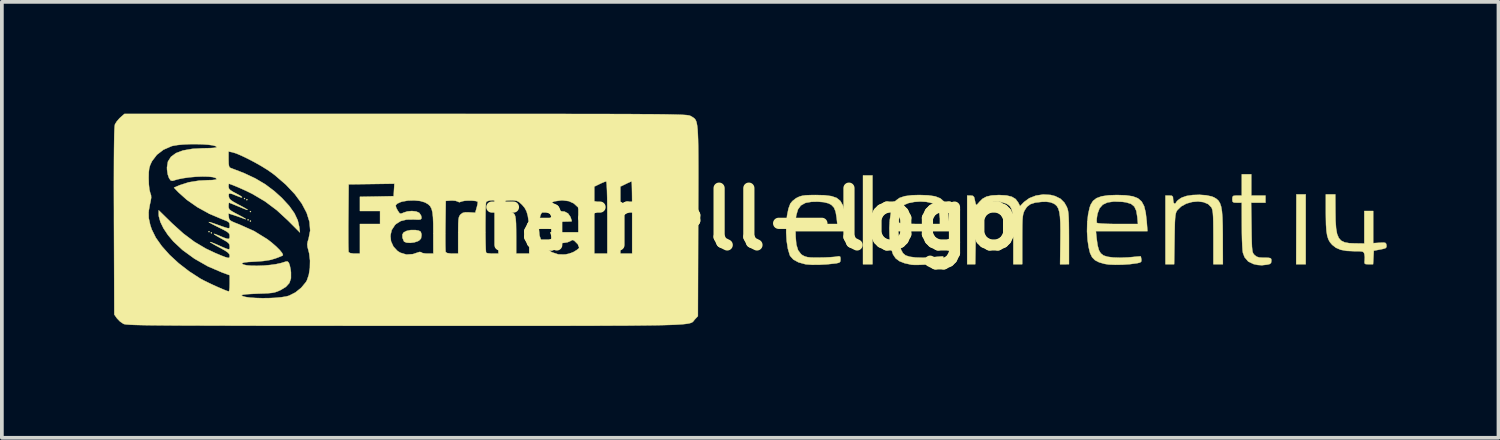
<source format=kicad_pcb>
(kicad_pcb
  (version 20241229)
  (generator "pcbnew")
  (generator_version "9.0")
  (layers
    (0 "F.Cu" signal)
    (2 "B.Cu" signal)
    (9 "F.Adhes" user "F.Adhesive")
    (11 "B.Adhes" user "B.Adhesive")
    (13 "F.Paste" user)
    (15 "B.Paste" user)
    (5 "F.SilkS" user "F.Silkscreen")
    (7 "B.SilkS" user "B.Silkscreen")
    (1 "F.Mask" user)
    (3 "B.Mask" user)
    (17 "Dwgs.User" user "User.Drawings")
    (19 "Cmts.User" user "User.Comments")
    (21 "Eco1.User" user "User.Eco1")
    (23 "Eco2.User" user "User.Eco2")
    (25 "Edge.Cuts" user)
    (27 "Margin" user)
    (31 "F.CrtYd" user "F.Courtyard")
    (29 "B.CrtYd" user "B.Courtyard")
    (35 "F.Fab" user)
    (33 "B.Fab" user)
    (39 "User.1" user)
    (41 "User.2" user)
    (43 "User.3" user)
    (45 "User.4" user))
  (footprint "farnell-logo"
    (layer "F.Cu")
    (at 17.145 2.831)
    (property "Reference" "farnell-logo" (at 0 0 0) (layer "F.SilkS") (effects (font (size 1.524 1.524) (thickness 0.3))))
    (attr through_hole)
    (fp_poly (pts (xy -14.573 0.333) (xy -14.589 0.349) (xy -14.605 0.333) (xy -14.589 0.318) (xy -14.573 0.333)) (stroke (width 0.01) (type solid)) (fill yes) (layer "F.SilkS"))
    (fp_poly (pts (xy -14.51 0.365) (xy -14.526 0.381) (xy -14.541 0.365) (xy -14.526 0.349) (xy -14.51 0.365)) (stroke (width 0.01) (type solid)) (fill yes) (layer "F.SilkS"))
    (fp_poly (pts (xy -13.621 -0.556) (xy -13.637 -0.54) (xy -13.652 -0.556) (xy -13.637 -0.572) (xy -13.621 -0.556)) (stroke (width 0.01) (type solid)) (fill yes) (layer "F.SilkS"))
    (fp_poly (pts (xy -13.557 -0.524) (xy -13.573 -0.508) (xy -13.589 -0.524) (xy -13.573 -0.54) (xy -13.557 -0.524)) (stroke (width 0.01) (type solid)) (fill yes) (layer "F.SilkS"))
    (fp_poly (pts (xy -13.525 0.016) (xy -13.541 0.032) (xy -13.557 0.016) (xy -13.541 0) (xy -13.525 0.016)) (stroke (width 0.01) (type solid)) (fill yes) (layer "F.SilkS"))
    (fp_poly (pts (xy -13.462 -0.206) (xy -13.478 -0.191) (xy -13.494 -0.206) (xy -13.478 -0.222) (xy -13.462 -0.206)) (stroke (width 0.01) (type solid)) (fill yes) (layer "F.SilkS"))
    (fp_poly (pts (xy -13.462 0.048) (xy -13.478 0.064) (xy -13.494 0.048) (xy -13.478 0.032) (xy -13.462 0.048)) (stroke (width 0.01) (type solid)) (fill yes) (layer "F.SilkS"))
    (fp_poly (pts (xy 3.207 1.206) (xy 2.953 1.206) (xy 2.953 -1.175) (xy 3.207 -1.175) (xy 3.207 1.206)) (stroke (width 0.01) (type solid)) (fill yes) (layer "F.SilkS"))
    (fp_poly (pts (xy 14.827 1.206) (xy 14.572 1.206) (xy 14.577 -0.667) (xy 14.827 -0.667) (xy 14.827 1.206)) (stroke (width 0.01) (type solid)) (fill yes) (layer "F.SilkS"))
    (fp_poly (pts (xy -8.961 0.306) (xy -8.91 0.335) (xy -8.891 0.397) (xy -8.89 0.432) (xy -8.903 0.516) (xy -8.953 0.569) (xy -8.984 0.587) (xy -9.08 0.619) (xy -9.189 0.633) (xy -9.288 0.627) (xy -9.354 0.601) (xy -9.359 0.595) (xy -9.399 0.499) (xy -9.402 0.41) (xy -9.369 0.354) (xy -9.289 0.313) (xy -9.179 0.29) (xy -9.055 0.289) (xy -8.961 0.306)) (stroke (width 0.01) (type solid)) (fill yes) (layer "F.SilkS"))
    (fp_poly (pts (xy -5.053 -0.206) (xy -4.959 -0.156) (xy -4.895 -0.064) (xy -4.891 -0.054) (xy -4.868 0.015) (xy -4.858 0.052) (xy -4.858 0.052) (xy -4.887 0.057) (xy -4.966 0.061) (xy -5.08 0.063) (xy -5.146 0.064) (xy -5.281 0.063) (xy -5.365 0.059) (xy -5.407 0.049) (xy -5.42 0.029) (xy -5.415 -0.002) (xy -5.413 -0.008) (xy -5.356 -0.114) (xy -5.267 -0.183) (xy -5.161 -0.214) (xy -5.053 -0.206)) (stroke (width 0.01) (type solid)) (fill yes) (layer "F.SilkS"))
    (fp_poly (pts (xy 13.367 -0.635) (xy 13.748 -0.635) (xy 13.748 -0.445) (xy 13.363 -0.445) (xy 13.373 0.221) (xy 13.376 0.444) (xy 13.38 0.611) (xy 13.385 0.733) (xy 13.393 0.818) (xy 13.403 0.876) (xy 13.418 0.914) (xy 13.438 0.942) (xy 13.455 0.96) (xy 13.511 1.003) (xy 13.582 1.025) (xy 13.69 1.032) (xy 13.717 1.032) (xy 13.822 1.033) (xy 13.879 1.043) (xy 13.902 1.066) (xy 13.906 1.11) (xy 13.906 1.115) (xy 13.897 1.172) (xy 13.858 1.202) (xy 13.787 1.218) (xy 13.654 1.233) (xy 13.541 1.226) (xy 13.426 1.201) (xy 13.286 1.133) (xy 13.188 1.019) (xy 13.143 0.9) (xy 13.134 0.83) (xy 13.126 0.709) (xy 13.119 0.549) (xy 13.115 0.363) (xy 13.114 0.167) (xy 13.113 -0.445) (xy 12.986 -0.445) (xy 12.904 -0.448) (xy 12.868 -0.469) (xy 12.859 -0.519) (xy 12.859 -0.54) (xy 12.864 -0.601) (xy 12.891 -0.628) (xy 12.958 -0.635) (xy 12.986 -0.635) (xy 13.113 -0.635) (xy 13.113 -1.206) (xy 13.367 -1.206) (xy 13.367 -0.635)) (stroke (width 0.01) (type solid)) (fill yes) (layer "F.SilkS"))
    (fp_poly (pts (xy 15.624 -0.214) (xy 15.628 0.043) (xy 15.642 0.243) (xy 15.669 0.394) (xy 15.714 0.502) (xy 15.779 0.575) (xy 15.871 0.619) (xy 15.991 0.641) (xy 16.135 0.647) (xy 16.399 0.651) (xy 16.399 -0.222) (xy 16.518 -0.222) (xy 16.637 -0.222) (xy 16.637 0.641) (xy 16.81 0.63) (xy 16.91 0.626) (xy 16.963 0.633) (xy 16.985 0.659) (xy 16.993 0.699) (xy 16.993 0.745) (xy 16.969 0.774) (xy 16.907 0.794) (xy 16.828 0.81) (xy 16.653 0.843) (xy 16.634 1.206) (xy 16.514 1.206) (xy 16.436 1.203) (xy 16.406 1.182) (xy 16.405 1.13) (xy 16.408 1.112) (xy 16.412 1.013) (xy 16.402 0.937) (xy 16.388 0.897) (xy 16.363 0.873) (xy 16.311 0.861) (xy 16.219 0.857) (xy 16.136 0.857) (xy 15.925 0.848) (xy 15.763 0.818) (xy 15.636 0.763) (xy 15.538 0.686) (xy 15.479 0.617) (xy 15.435 0.539) (xy 15.404 0.441) (xy 15.384 0.313) (xy 15.372 0.146) (xy 15.368 -0.07) (xy 15.367 -0.167) (xy 15.367 -0.667) (xy 15.621 -0.667) (xy 15.624 -0.214)) (stroke (width 0.01) (type solid)) (fill yes) (layer "F.SilkS"))
    (fp_poly (pts (xy 12.157 -0.643) (xy 12.308 -0.611) (xy 12.367 -0.587) (xy 12.434 -0.547) (xy 12.487 -0.498) (xy 12.528 -0.43) (xy 12.559 -0.339) (xy 12.58 -0.215) (xy 12.593 -0.052) (xy 12.6 0.158) (xy 12.603 0.422) (xy 12.603 0.5) (xy 12.605 1.206) (xy 12.351 1.206) (xy 12.351 0.489) (xy 12.35 0.251) (xy 12.348 0.068) (xy 12.344 -0.068) (xy 12.337 -0.167) (xy 12.327 -0.237) (xy 12.313 -0.286) (xy 12.297 -0.32) (xy 12.211 -0.407) (xy 12.087 -0.459) (xy 11.939 -0.478) (xy 11.78 -0.464) (xy 11.625 -0.42) (xy 11.488 -0.345) (xy 11.384 -0.244) (xy 11.362 -0.21) (xy 11.346 -0.169) (xy 11.334 -0.113) (xy 11.325 -0.033) (xy 11.318 0.081) (xy 11.314 0.238) (xy 11.31 0.446) (xy 11.309 0.526) (xy 11.298 1.206) (xy 11.065 1.206) (xy 11.065 -0.635) (xy 11.168 -0.635) (xy 11.237 -0.63) (xy 11.266 -0.6) (xy 11.271 -0.527) (xy 11.271 -0.524) (xy 11.282 -0.446) (xy 11.309 -0.413) (xy 11.341 -0.433) (xy 11.356 -0.462) (xy 11.393 -0.505) (xy 11.467 -0.559) (xy 11.505 -0.581) (xy 11.632 -0.625) (xy 11.797 -0.65) (xy 11.979 -0.656) (xy 12.157 -0.643)) (stroke (width 0.01) (type solid)) (fill yes) (layer "F.SilkS"))
    (fp_poly (pts (xy 1.922 -0.644) (xy 2.107 -0.62) (xy 2.246 -0.572) (xy 2.345 -0.492) (xy 2.413 -0.373) (xy 2.458 -0.208) (xy 2.488 0.009) (xy 2.494 0.071) (xy 2.516 0.318) (xy 1.143 0.318) (xy 1.146 0.468) (xy 1.164 0.676) (xy 1.211 0.83) (xy 1.29 0.935) (xy 1.333 0.967) (xy 1.395 0.997) (xy 1.464 1.016) (xy 1.556 1.026) (xy 1.688 1.029) (xy 1.78 1.028) (xy 1.934 1.025) (xy 2.076 1.018) (xy 2.188 1.009) (xy 2.233 1.003) (xy 2.309 0.992) (xy 2.342 1.006) (xy 2.349 1.055) (xy 2.349 1.074) (xy 2.344 1.132) (xy 2.315 1.163) (xy 2.246 1.18) (xy 2.209 1.185) (xy 1.995 1.208) (xy 1.781 1.22) (xy 1.586 1.221) (xy 1.429 1.209) (xy 1.4 1.204) (xy 1.222 1.155) (xy 1.085 1.08) (xy 0.999 0.984) (xy 0.988 0.96) (xy 0.938 0.791) (xy 0.906 0.585) (xy 0.892 0.357) (xy 0.895 0.127) (xy 1.134 0.127) (xy 2.263 0.127) (xy 2.246 -0.04) (xy 2.219 -0.201) (xy 2.175 -0.312) (xy 2.105 -0.386) (xy 2.027 -0.427) (xy 1.899 -0.459) (xy 1.738 -0.472) (xy 1.572 -0.468) (xy 1.429 -0.444) (xy 1.4 -0.435) (xy 1.285 -0.37) (xy 1.208 -0.264) (xy 1.163 -0.11) (xy 1.155 -0.056) (xy 1.134 0.127) (xy 0.895 0.127) (xy 0.895 0.126) (xy 0.915 -0.093) (xy 0.953 -0.283) (xy 1.004 -0.42) (xy 1.06 -0.488) (xy 1.147 -0.557) (xy 1.183 -0.578) (xy 1.252 -0.61) (xy 1.324 -0.63) (xy 1.416 -0.643) (xy 1.542 -0.648) (xy 1.683 -0.65) (xy 1.922 -0.644)) (stroke (width 0.01) (type solid)) (fill yes) (layer "F.SilkS"))
    (fp_poly (pts (xy 10.003 -0.642) (xy 10.189 -0.615) (xy 10.327 -0.562) (xy 10.426 -0.476) (xy 10.493 -0.351) (xy 10.535 -0.18) (xy 10.561 0.044) (xy 10.562 0.053) (xy 10.582 0.318) (xy 9.199 0.318) (xy 9.22 0.521) (xy 9.245 0.7) (xy 9.28 0.828) (xy 9.33 0.913) (xy 9.399 0.969) (xy 9.405 0.972) (xy 9.512 1.006) (xy 9.668 1.026) (xy 9.859 1.032) (xy 10.074 1.023) (xy 10.16 1.015) (xy 10.274 1.004) (xy 10.36 0.997) (xy 10.401 0.995) (xy 10.403 0.996) (xy 10.41 1.026) (xy 10.419 1.079) (xy 10.418 1.13) (xy 10.387 1.159) (xy 10.31 1.178) (xy 10.303 1.179) (xy 10.118 1.204) (xy 9.917 1.218) (xy 9.721 1.221) (xy 9.548 1.214) (xy 9.43 1.196) (xy 9.284 1.154) (xy 9.176 1.098) (xy 9.098 1.019) (xy 9.043 0.906) (xy 9.005 0.748) (xy 8.977 0.557) (xy 8.962 0.327) (xy 8.967 0.093) (xy 8.97 0.065) (xy 9.218 0.065) (xy 9.224 0.096) (xy 9.262 0.107) (xy 9.356 0.116) (xy 9.498 0.123) (xy 9.68 0.127) (xy 9.785 0.127) (xy 10.328 0.127) (xy 10.311 -0.058) (xy 10.284 -0.225) (xy 10.231 -0.34) (xy 10.143 -0.413) (xy 10.009 -0.454) (xy 9.904 -0.468) (xy 9.682 -0.476) (xy 9.51 -0.451) (xy 9.384 -0.392) (xy 9.297 -0.294) (xy 9.245 -0.156) (xy 9.237 -0.119) (xy 9.222 -0.015) (xy 9.218 0.065) (xy 8.97 0.065) (xy 8.991 -0.127) (xy 9.032 -0.313) (xy 9.059 -0.39) (xy 9.122 -0.492) (xy 9.217 -0.566) (xy 9.352 -0.615) (xy 9.533 -0.642) (xy 9.763 -0.65) (xy 10.003 -0.642)) (stroke (width 0.01) (type solid)) (fill yes) (layer "F.SilkS"))
    (fp_poly (pts (xy 4.701 -0.642) (xy 4.887 -0.615) (xy 5.026 -0.561) (xy 5.125 -0.474) (xy 5.192 -0.348) (xy 5.234 -0.175) (xy 5.259 0.05) (xy 5.26 0.054) (xy 5.279 0.318) (xy 3.898 0.318) (xy 3.919 0.516) (xy 3.943 0.695) (xy 3.976 0.822) (xy 4.023 0.908) (xy 4.088 0.964) (xy 4.102 0.972) (xy 4.209 1.006) (xy 4.366 1.026) (xy 4.559 1.032) (xy 4.775 1.023) (xy 4.858 1.015) (xy 4.972 1.004) (xy 5.058 0.997) (xy 5.099 0.995) (xy 5.101 0.996) (xy 5.108 1.026) (xy 5.117 1.079) (xy 5.116 1.13) (xy 5.085 1.159) (xy 5.007 1.178) (xy 5.001 1.179) (xy 4.889 1.194) (xy 4.747 1.207) (xy 4.594 1.217) (xy 4.448 1.223) (xy 4.329 1.224) (xy 4.255 1.219) (xy 4.071 1.179) (xy 3.932 1.125) (xy 3.83 1.049) (xy 3.758 0.942) (xy 3.71 0.795) (xy 3.678 0.6) (xy 3.664 0.444) (xy 3.659 0.233) (xy 3.672 0.018) (xy 3.673 0.011) (xy 3.916 0.011) (xy 3.916 0.082) (xy 3.921 0.096) (xy 3.959 0.107) (xy 4.053 0.116) (xy 4.195 0.123) (xy 4.377 0.127) (xy 4.479 0.127) (xy 5.016 0.127) (xy 5.016 -0.024) (xy 4.995 -0.194) (xy 4.934 -0.327) (xy 4.838 -0.415) (xy 4.794 -0.435) (xy 4.651 -0.467) (xy 4.489 -0.476) (xy 4.325 -0.465) (xy 4.178 -0.436) (xy 4.065 -0.389) (xy 4.021 -0.354) (xy 3.988 -0.294) (xy 3.956 -0.199) (xy 3.931 -0.09) (xy 3.916 0.011) (xy 3.673 0.011) (xy 3.702 -0.182) (xy 3.745 -0.347) (xy 3.769 -0.407) (xy 3.835 -0.503) (xy 3.934 -0.573) (xy 4.072 -0.619) (xy 4.258 -0.644) (xy 4.461 -0.65) (xy 4.701 -0.642)) (stroke (width 0.01) (type solid)) (fill yes) (layer "F.SilkS"))
    (fp_poly (pts (xy 7.986 -0.652) (xy 8.106 -0.621) (xy 8.251 -0.549) (xy 8.354 -0.446) (xy 8.418 -0.333) (xy 8.437 -0.284) (xy 8.452 -0.227) (xy 8.462 -0.152) (xy 8.469 -0.049) (xy 8.474 0.089) (xy 8.476 0.273) (xy 8.477 0.5) (xy 8.477 1.206) (xy 8.358 1.207) (xy 8.239 1.207) (xy 8.247 0.579) (xy 8.249 0.309) (xy 8.246 0.094) (xy 8.236 -0.072) (xy 8.218 -0.197) (xy 8.19 -0.289) (xy 8.152 -0.354) (xy 8.102 -0.4) (xy 8.065 -0.423) (xy 7.974 -0.457) (xy 7.865 -0.47) (xy 7.745 -0.467) (xy 7.569 -0.446) (xy 7.441 -0.404) (xy 7.35 -0.334) (xy 7.287 -0.238) (xy 7.265 -0.19) (xy 7.249 -0.136) (xy 7.238 -0.068) (xy 7.23 0.026) (xy 7.226 0.153) (xy 7.224 0.325) (xy 7.223 0.548) (xy 7.223 1.206) (xy 7.104 1.206) (xy 6.985 1.206) (xy 6.985 0.523) (xy 6.984 0.266) (xy 6.98 0.064) (xy 6.97 -0.09) (xy 6.955 -0.204) (xy 6.93 -0.286) (xy 6.897 -0.345) (xy 6.851 -0.386) (xy 6.792 -0.42) (xy 6.786 -0.423) (xy 6.621 -0.471) (xy 6.448 -0.468) (xy 6.283 -0.42) (xy 6.143 -0.331) (xy 6.061 -0.234) (xy 6.036 -0.19) (xy 6.016 -0.145) (xy 6.002 -0.09) (xy 5.992 -0.015) (xy 5.985 0.089) (xy 5.98 0.233) (xy 5.976 0.425) (xy 5.974 0.548) (xy 5.963 1.206) (xy 5.747 1.206) (xy 5.747 -0.635) (xy 5.839 -0.635) (xy 5.9 -0.628) (xy 5.932 -0.595) (xy 5.951 -0.519) (xy 5.953 -0.508) (xy 5.97 -0.429) (xy 5.987 -0.384) (xy 5.991 -0.381) (xy 6.02 -0.403) (xy 6.068 -0.457) (xy 6.07 -0.461) (xy 6.159 -0.55) (xy 6.267 -0.608) (xy 6.407 -0.639) (xy 6.595 -0.649) (xy 6.604 -0.649) (xy 6.799 -0.639) (xy 6.944 -0.604) (xy 7.047 -0.542) (xy 7.117 -0.447) (xy 7.121 -0.439) (xy 7.164 -0.35) (xy 7.272 -0.462) (xy 7.413 -0.565) (xy 7.59 -0.634) (xy 7.787 -0.664) (xy 7.986 -0.652)) (stroke (width 0.01) (type solid)) (fill yes) (layer "F.SilkS"))
    (fp_poly (pts (xy -9.31 -2.826) (xy -8.493 -2.826) (xy -7.737 -2.826) (xy -7.04 -2.825) (xy -6.4 -2.825) (xy -5.813 -2.825) (xy -5.277 -2.825) (xy -4.791 -2.824) (xy -4.351 -2.824) (xy -3.956 -2.823) (xy -3.602 -2.822) (xy -3.288 -2.821) (xy -3.011 -2.819) (xy -2.768 -2.818) (xy -2.557 -2.816) (xy -2.377 -2.814) (xy -2.223 -2.811) (xy -2.095 -2.808) (xy -1.989 -2.805) (xy -1.903 -2.802) (xy -1.835 -2.798) (xy -1.782 -2.794) (xy -1.742 -2.789) (xy -1.713 -2.784) (xy -1.692 -2.778) (xy -1.676 -2.772) (xy -1.664 -2.765) (xy -1.66 -2.764) (xy -1.625 -2.743) (xy -1.594 -2.723) (xy -1.567 -2.702) (xy -1.544 -2.674) (xy -1.524 -2.635) (xy -1.508 -2.581) (xy -1.495 -2.508) (xy -1.484 -2.412) (xy -1.477 -2.289) (xy -1.471 -2.135) (xy -1.467 -1.944) (xy -1.465 -1.715) (xy -1.464 -1.441) (xy -1.464 -1.119) (xy -1.465 -0.745) (xy -1.467 -0.315) (xy -1.468 0.045) (xy -1.476 2.598) (xy -1.556 2.684) (xy -1.572 2.703) (xy -1.585 2.72) (xy -1.597 2.736) (xy -1.612 2.751) (xy -1.631 2.765) (xy -1.658 2.777) (xy -1.693 2.788) (xy -1.74 2.798) (xy -1.802 2.807) (xy -1.879 2.815) (xy -1.976 2.822) (xy -2.094 2.829) (xy -2.236 2.834) (xy -2.404 2.839) (xy -2.6 2.843) (xy -2.827 2.846) (xy -3.088 2.849) (xy -3.384 2.852) (xy -3.719 2.853) (xy -4.094 2.855) (xy -4.512 2.856) (xy -4.975 2.857) (xy -5.486 2.857) (xy -6.047 2.857) (xy -6.661 2.857) (xy -7.329 2.857) (xy -8.055 2.857) (xy -8.841 2.857) (xy -9.31 2.857) (xy -10.126 2.857) (xy -10.882 2.857) (xy -11.579 2.856) (xy -12.219 2.856) (xy -12.806 2.856) (xy -13.341 2.855) (xy -13.827 2.854) (xy -14.266 2.853) (xy -14.661 2.852) (xy -15.014 2.851) (xy -15.327 2.85) (xy -15.603 2.848) (xy -15.844 2.846) (xy -16.053 2.844) (xy -16.231 2.842) (xy -16.383 2.839) (xy -16.508 2.836) (xy -16.611 2.833) (xy -16.694 2.829) (xy -16.758 2.825) (xy -16.807 2.821) (xy -16.842 2.816) (xy -16.867 2.811) (xy -16.883 2.805) (xy -16.884 2.805) (xy -16.976 2.742) (xy -17.056 2.659) (xy -17.059 2.655) (xy -17.129 2.556) (xy -17.138 0.048) (xy -17.138 -0.206) (xy -16.209 -0.206) (xy -16.206 -0.031) (xy -16.165 0.155) (xy -16.124 0.276) (xy -16.016 0.494) (xy -15.855 0.722) (xy -15.648 0.954) (xy -15.402 1.181) (xy -15.124 1.396) (xy -14.827 1.589) (xy -14.741 1.636) (xy -14.623 1.694) (xy -14.489 1.758) (xy -14.352 1.82) (xy -14.226 1.874) (xy -14.126 1.915) (xy -14.065 1.935) (xy -14.057 1.936) (xy -14.045 1.907) (xy -14.037 1.831) (xy -14.034 1.724) (xy -14.034 1.719) (xy -14.034 1.501) (xy -14.232 1.429) (xy -14.617 1.264) (xy -14.977 1.059) (xy -15.301 0.823) (xy -15.545 0.595) (xy -15.691 0.421) (xy -15.81 0.242) (xy -15.893 0.071) (xy -15.935 -0.08) (xy -15.938 -0.128) (xy -15.938 -0.241) (xy -15.579 0.11) (xy -15.277 0.383) (xy -14.979 0.606) (xy -14.672 0.788) (xy -14.424 0.905) (xy -14.267 0.971) (xy -14.158 1.013) (xy -14.09 1.033) (xy -14.053 1.033) (xy -14.037 1.014) (xy -14.034 0.978) (xy -14.034 0.978) (xy -14.043 0.937) (xy -14.08 0.895) (xy -14.152 0.844) (xy -14.271 0.777) (xy -14.301 0.761) (xy -14.415 0.7) (xy -14.502 0.65) (xy -14.553 0.618) (xy -14.56 0.611) (xy -14.529 0.618) (xy -14.456 0.646) (xy -14.364 0.686) (xy -14.221 0.749) (xy -14.127 0.788) (xy -14.071 0.805) (xy -14.044 0.8) (xy -14.034 0.776) (xy -14.034 0.733) (xy -14.034 0.732) (xy -14.04 0.681) (xy -14.066 0.639) (xy -14.124 0.595) (xy -14.226 0.536) (xy -14.255 0.52) (xy -14.374 0.453) (xy -14.442 0.41) (xy -14.459 0.391) (xy -14.423 0.398) (xy -14.333 0.434) (xy -14.316 0.441) (xy -14.187 0.495) (xy -14.104 0.523) (xy -14.058 0.526) (xy -14.038 0.503) (xy -14.034 0.455) (xy -14.034 0.453) (xy -14.038 0.409) (xy -14.06 0.372) (xy -14.108 0.333) (xy -14.194 0.285) (xy -14.318 0.223) (xy -14.437 0.163) (xy -14.53 0.115) (xy -14.585 0.083) (xy -14.595 0.075) (xy -14.563 0.08) (xy -14.488 0.103) (xy -14.386 0.139) (xy -14.382 0.14) (xy -14.233 0.194) (xy -14.134 0.227) (xy -14.074 0.241) (xy -14.045 0.236) (xy -14.034 0.214) (xy -14.033 0.174) (xy -14.034 0.165) (xy -14.039 0.113) (xy -14.063 0.076) (xy -14.121 0.043) (xy -14.225 0.003) (xy -14.232 0.000111) (xy -14.577 -0.146) (xy -14.597 -0.157) (xy -14.069 -0.157) (xy -14.059 -0.06) (xy -14.05 -0.012) (xy -14.027 0.024) (xy -13.977 0.057) (xy -13.888 0.096) (xy -13.78 0.138) (xy -13.378 0.318) (xy -13.026 0.535) (xy -12.909 0.625) (xy -12.788 0.73) (xy -12.692 0.826) (xy -12.629 0.904) (xy -12.606 0.956) (xy -12.61 0.969) (xy -12.647 0.988) (xy -12.726 1.02) (xy -12.815 1.053) (xy -12.957 1.093) (xy -13.132 1.12) (xy -13.354 1.136) (xy -13.36 1.136) (xy -13.534 1.146) (xy -13.647 1.159) (xy -13.701 1.176) (xy -13.707 1.187) (xy -13.666 1.216) (xy -13.575 1.236) (xy -13.446 1.246) (xy -13.291 1.248) (xy -13.122 1.242) (xy -12.952 1.227) (xy -12.792 1.205) (xy -12.656 1.175) (xy -12.607 1.16) (xy -12.525 1.134) (xy -12.481 1.133) (xy -12.454 1.161) (xy -12.444 1.179) (xy -12.421 1.247) (xy -12.4 1.35) (xy -12.391 1.42) (xy -12.391 1.584) (xy -12.434 1.711) (xy -12.527 1.813) (xy -12.665 1.897) (xy -12.743 1.932) (xy -12.815 1.957) (xy -12.897 1.974) (xy -13.003 1.984) (xy -13.147 1.991) (xy -13.279 1.995) (xy -13.437 2.002) (xy -13.57 2.01) (xy -13.666 2.021) (xy -13.713 2.032) (xy -13.716 2.035) (xy -13.686 2.063) (xy -13.604 2.085) (xy -13.482 2.102) (xy -13.33 2.112) (xy -13.159 2.117) (xy -12.982 2.115) (xy -12.808 2.107) (xy -12.65 2.092) (xy -12.518 2.071) (xy -12.442 2.05) (xy -12.271 1.963) (xy -12.115 1.837) (xy -11.993 1.69) (xy -11.963 1.64) (xy -11.912 1.491) (xy -11.883 1.307) (xy -11.879 1.109) (xy -11.901 0.92) (xy -11.918 0.851) (xy -11.946 0.744) (xy -11.953 0.668) (xy -11.939 0.591) (xy -11.918 0.525) (xy -11.893 0.397) (xy -10.853 0.397) (xy -10.853 0.582) (xy -10.851 0.729) (xy -10.848 0.831) (xy -10.845 0.879) (xy -10.844 0.881) (xy -10.803 0.907) (xy -10.715 0.92) (xy -10.685 0.921) (xy -10.541 0.921) (xy -10.541 0.438) (xy -9.723 0.438) (xy -9.707 0.591) (xy -9.643 0.732) (xy -9.535 0.849) (xy -9.459 0.897) (xy -9.294 0.947) (xy -9.119 0.935) (xy -9.024 0.903) (xy -8.938 0.876) (xy -8.897 0.884) (xy -8.896 0.888) (xy -8.86 0.907) (xy -8.783 0.919) (xy -8.729 0.921) (xy -8.572 0.921) (xy -8.573 0.555) (xy -8.25 0.555) (xy -8.249 0.706) (xy -8.246 0.815) (xy -8.242 0.874) (xy -8.241 0.88) (xy -8.199 0.907) (xy -8.104 0.92) (xy -8.065 0.921) (xy -7.906 0.921) (xy -7.906 0.429) (xy -7.905 0.24) (xy -7.904 0.163) (xy -7.175 0.163) (xy -7.175 0.345) (xy -7.173 0.518) (xy -7.17 0.671) (xy -7.166 0.794) (xy -7.16 0.874) (xy -7.154 0.9) (xy -7.113 0.912) (xy -7.03 0.92) (xy -6.98 0.921) (xy -6.826 0.921) (xy -6.826 0.427) (xy -6.826 0.24) (xy -6.824 0.105) (xy -6.818 0.012) (xy -6.808 -0.05) (xy -6.792 -0.091) (xy -6.769 -0.123) (xy -6.748 -0.144) (xy -6.655 -0.209) (xy -6.553 -0.216) (xy -6.465 -0.187) (xy -6.425 -0.164) (xy -6.395 -0.132) (xy -6.375 -0.081) (xy -6.362 -0.002) (xy -6.354 0.114) (xy -6.351 0.277) (xy -6.35 0.452) (xy -6.35 0.921) (xy -6.001 0.921) (xy -6.001 0.494) (xy -6.004 0.248) (xy -6.007 0.194) (xy -5.746 0.194) (xy -5.726 0.43) (xy -5.663 0.62) (xy -5.556 0.769) (xy -5.403 0.879) (xy -5.391 0.885) (xy -5.217 0.943) (xy -5.032 0.944) (xy -4.913 0.919) (xy -4.809 0.877) (xy -4.717 0.82) (xy -4.712 0.815) (xy -4.629 0.744) (xy -4.727 0.639) (xy -4.789 0.577) (xy -4.83 0.555) (xy -4.871 0.568) (xy -4.896 0.585) (xy -4.973 0.617) (xy -5.08 0.634) (xy -5.113 0.635) (xy -5.253 0.61) (xy -5.353 0.536) (xy -5.412 0.421) (xy -5.434 0.349) (xy -4.54 0.349) (xy -4.54 0.183) (xy -4.561 -0.04) (xy -4.622 -0.218) (xy -4.688 -0.318) (xy -4.804 -0.425) (xy -4.937 -0.486) (xy -5.106 -0.508) (xy -5.134 -0.508) (xy -5.33 -0.48) (xy -5.492 -0.401) (xy -5.617 -0.274) (xy -5.702 -0.102) (xy -5.743 0.11) (xy -5.746 0.194) (xy -6.007 0.194) (xy -6.016 0.055) (xy -6.038 -0.095) (xy -6.072 -0.212) (xy -6.121 -0.305) (xy -6.188 -0.385) (xy -6.192 -0.389) (xy -6.267 -0.458) (xy -6.331 -0.494) (xy -6.413 -0.506) (xy -6.491 -0.508) (xy -6.603 -0.502) (xy -6.698 -0.487) (xy -6.736 -0.473) (xy -6.802 -0.455) (xy -6.836 -0.473) (xy -6.894 -0.5) (xy -6.98 -0.509) (xy -7.07 -0.502) (xy -7.137 -0.479) (xy -7.156 -0.458) (xy -7.163 -0.41) (xy -7.168 -0.312) (xy -7.172 -0.177) (xy -7.174 -0.014) (xy -7.175 0.163) (xy -7.904 0.163) (xy -7.903 0.105) (xy -7.897 0.011) (xy -7.886 -0.051) (xy -7.87 -0.091) (xy -7.847 -0.122) (xy -7.84 -0.13) (xy -7.784 -0.171) (xy -7.711 -0.187) (xy -7.611 -0.185) (xy -7.448 -0.175) (xy -7.408 -0.315) (xy -7.386 -0.402) (xy -7.38 -0.46) (xy -7.382 -0.471) (xy -7.431 -0.489) (xy -7.52 -0.499) (xy -7.626 -0.501) (xy -7.726 -0.496) (xy -7.798 -0.482) (xy -7.808 -0.478) (xy -7.876 -0.456) (xy -7.921 -0.476) (xy -7.978 -0.496) (xy -8.069 -0.503) (xy -8.102 -0.502) (xy -8.239 -0.492) (xy -8.248 0.174) (xy -8.25 0.375) (xy -8.25 0.555) (xy -8.573 0.555) (xy -8.573 0.357) (xy -8.574 0.125) (xy -8.581 -0.053) (xy -8.595 -0.185) (xy -8.62 -0.282) (xy -8.657 -0.351) (xy -8.71 -0.402) (xy -8.781 -0.444) (xy -8.804 -0.455) (xy -8.927 -0.491) (xy -9.085 -0.506) (xy -9.253 -0.501) (xy -9.404 -0.475) (xy -9.461 -0.457) (xy -9.548 -0.415) (xy -9.582 -0.37) (xy -9.567 -0.306) (xy -9.526 -0.231) (xy -9.482 -0.166) (xy -9.446 -0.148) (xy -9.393 -0.167) (xy -9.375 -0.176) (xy -9.269 -0.21) (xy -9.146 -0.221) (xy -9.031 -0.208) (xy -8.95 -0.172) (xy -8.948 -0.17) (xy -8.902 -0.102) (xy -8.89 -0.049) (xy -8.895 -0.013) (xy -8.918 0.006) (xy -8.975 0.011) (xy -9.079 0.007) (xy -9.093 0.006) (xy -9.291 0.009) (xy -9.447 0.048) (xy -9.571 0.126) (xy -9.603 0.157) (xy -9.689 0.289) (xy -9.723 0.438) (xy -10.541 0.438) (xy -10.541 0.127) (xy -10.001 0.127) (xy -10.001 -0.222) (xy -10.541 -0.222) (xy -10.541 -0.602) (xy -10.089 -0.61) (xy -9.636 -0.619) (xy -9.627 -0.787) (xy -9.621 -0.876) (xy -4.255 -0.876) (xy -4.255 0.921) (xy -3.905 0.921) (xy -3.905 -0.048) (xy -3.906 -0.337) (xy -3.909 -0.58) (xy -3.914 -0.772) (xy -3.919 -0.876) (xy -3.556 -0.876) (xy -3.556 0.921) (xy -3.239 0.921) (xy -3.239 -0.048) (xy -3.239 -0.288) (xy -3.24 -0.507) (xy -3.242 -0.697) (xy -3.245 -0.849) (xy -3.248 -0.956) (xy -3.252 -1.011) (xy -3.254 -1.016) (xy -3.288 -1.003) (xy -3.361 -0.971) (xy -3.412 -0.946) (xy -3.556 -0.876) (xy -3.919 -0.876) (xy -3.92 -0.911) (xy -3.928 -0.994) (xy -3.936 -1.016) (xy -3.981 -1.003) (xy -4.06 -0.97) (xy -4.111 -0.946) (xy -4.255 -0.876) (xy -9.621 -0.876) (xy -9.617 -0.954) (xy -10.23 -0.945) (xy -10.843 -0.937) (xy -10.851 -0.048) (xy -10.853 0.185) (xy -10.853 0.397) (xy -11.893 0.397) (xy -11.875 0.304) (xy -11.893 0.071) (xy -11.969 -0.172) (xy -12.101 -0.422) (xy -12.288 -0.675) (xy -12.528 -0.929) (xy -12.819 -1.18) (xy -12.895 -1.238) (xy -13.027 -1.329) (xy -13.189 -1.429) (xy -13.366 -1.529) (xy -13.546 -1.623) (xy -13.714 -1.704) (xy -13.857 -1.765) (xy -13.96 -1.797) (xy -13.962 -1.797) (xy -14.065 -1.818) (xy -14.065 -1.606) (xy -14.062 -1.488) (xy -14.051 -1.419) (xy -14.028 -1.385) (xy -14.01 -1.376) (xy -13.653 -1.239) (xy -13.348 -1.096) (xy -13.081 -0.938) (xy -12.84 -0.757) (xy -12.635 -0.572) (xy -12.439 -0.359) (xy -12.298 -0.161) (xy -12.209 0.028) (xy -12.168 0.209) (xy -12.151 0.354) (xy -12.465 0.039) (xy -12.772 -0.244) (xy -13.084 -0.478) (xy -13.42 -0.677) (xy -13.484 -0.709) (xy -13.592 -0.762) (xy -13.716 -0.818) (xy -13.84 -0.872) (xy -13.949 -0.916) (xy -14.027 -0.945) (xy -14.057 -0.952) (xy -14.063 -0.925) (xy -14.065 -0.874) (xy -14.055 -0.825) (xy -14.016 -0.781) (xy -13.937 -0.731) (xy -13.872 -0.697) (xy -13.763 -0.638) (xy -13.706 -0.599) (xy -13.702 -0.583) (xy -13.75 -0.593) (xy -13.852 -0.632) (xy -13.857 -0.634) (xy -13.966 -0.678) (xy -14.03 -0.693) (xy -14.058 -0.678) (xy -14.061 -0.631) (xy -14.059 -0.611) (xy -14.046 -0.563) (xy -14.009 -0.519) (xy -13.937 -0.469) (xy -13.82 -0.404) (xy -13.806 -0.397) (xy -13.664 -0.321) (xy -13.579 -0.272) (xy -13.551 -0.251) (xy -13.58 -0.256) (xy -13.667 -0.289) (xy -13.778 -0.335) (xy -13.895 -0.383) (xy -13.988 -0.421) (xy -14.043 -0.442) (xy -14.052 -0.445) (xy -14.061 -0.417) (xy -14.065 -0.35) (xy -14.065 -0.35) (xy -14.06 -0.301) (xy -14.038 -0.261) (xy -13.987 -0.221) (xy -13.896 -0.169) (xy -13.819 -0.129) (xy -13.696 -0.064) (xy -13.622 -0.021) (xy -13.6 -0.002) (xy -13.631 -0.008) (xy -13.706 -0.036) (xy -13.794 -0.068) (xy -13.904 -0.105) (xy -13.932 -0.114) (xy -14.069 -0.157) (xy -14.597 -0.157) (xy -14.899 -0.323) (xy -15.187 -0.524) (xy -15.409 -0.723) (xy -15.529 -0.848) (xy -15.377 -0.913) (xy -15.135 -0.991) (xy -14.854 -1.036) (xy -14.615 -1.048) (xy -14.503 -1.051) (xy -14.42 -1.061) (xy -14.383 -1.074) (xy -14.383 -1.076) (xy -14.412 -1.109) (xy -14.493 -1.132) (xy -14.614 -1.144) (xy -14.764 -1.147) (xy -14.932 -1.141) (xy -15.107 -1.126) (xy -15.278 -1.102) (xy -15.433 -1.071) (xy -15.562 -1.032) (xy -15.566 -1.031) (xy -15.615 -1.041) (xy -15.66 -1.102) (xy -15.695 -1.202) (xy -15.714 -1.329) (xy -15.716 -1.392) (xy -15.69 -1.548) (xy -15.609 -1.675) (xy -15.475 -1.774) (xy -15.285 -1.845) (xy -15.039 -1.888) (xy -14.737 -1.905) (xy -14.699 -1.905) (xy -14.564 -1.908) (xy -14.459 -1.915) (xy -14.395 -1.926) (xy -14.383 -1.935) (xy -14.412 -1.962) (xy -14.494 -1.984) (xy -14.616 -2) (xy -14.767 -2.011) (xy -14.936 -2.015) (xy -15.111 -2.014) (xy -15.28 -2.006) (xy -15.433 -1.991) (xy -15.557 -1.97) (xy -15.595 -1.96) (xy -15.81 -1.866) (xy -15.987 -1.73) (xy -16.116 -1.561) (xy -16.127 -1.54) (xy -16.168 -1.451) (xy -16.193 -1.366) (xy -16.205 -1.262) (xy -16.208 -1.12) (xy -16.208 -1.096) (xy -16.203 -0.937) (xy -16.189 -0.803) (xy -16.167 -0.712) (xy -16.166 -0.708) (xy -16.144 -0.644) (xy -16.14 -0.577) (xy -16.155 -0.486) (xy -16.176 -0.393) (xy -16.209 -0.206) (xy -17.138 -0.206) (xy -17.139 -0.454) (xy -17.14 -0.895) (xy -17.139 -1.277) (xy -17.138 -1.604) (xy -17.136 -1.877) (xy -17.133 -2.101) (xy -17.13 -2.276) (xy -17.125 -2.406) (xy -17.119 -2.494) (xy -17.112 -2.542) (xy -17.11 -2.548) (xy -17.063 -2.624) (xy -16.99 -2.708) (xy -16.965 -2.731) (xy -16.857 -2.826) (xy -9.31 -2.826)) (stroke (width 0.01) (type solid)) (fill yes) (layer "F.SilkS")))
  (gr_rect
    (start -3 -3)
    (end 37.143 8.693)
    (stroke (width 0.1) (type default))
    (fill no)
    (layer "Edge.Cuts")))
</source>
